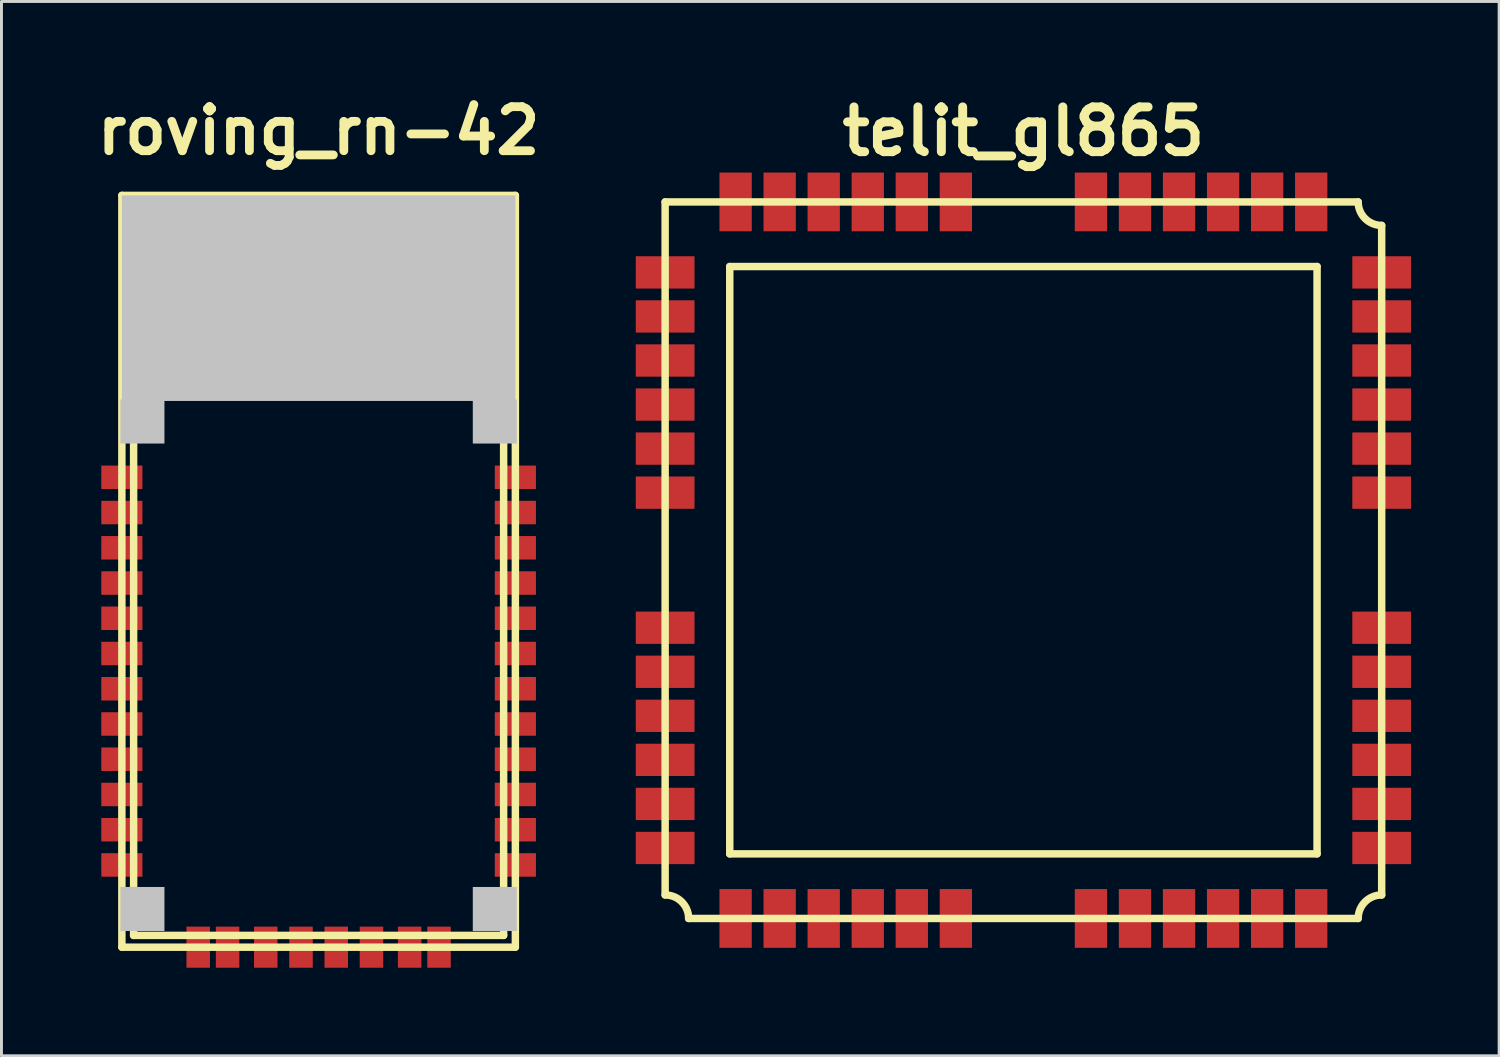
<source format=kicad_pcb>
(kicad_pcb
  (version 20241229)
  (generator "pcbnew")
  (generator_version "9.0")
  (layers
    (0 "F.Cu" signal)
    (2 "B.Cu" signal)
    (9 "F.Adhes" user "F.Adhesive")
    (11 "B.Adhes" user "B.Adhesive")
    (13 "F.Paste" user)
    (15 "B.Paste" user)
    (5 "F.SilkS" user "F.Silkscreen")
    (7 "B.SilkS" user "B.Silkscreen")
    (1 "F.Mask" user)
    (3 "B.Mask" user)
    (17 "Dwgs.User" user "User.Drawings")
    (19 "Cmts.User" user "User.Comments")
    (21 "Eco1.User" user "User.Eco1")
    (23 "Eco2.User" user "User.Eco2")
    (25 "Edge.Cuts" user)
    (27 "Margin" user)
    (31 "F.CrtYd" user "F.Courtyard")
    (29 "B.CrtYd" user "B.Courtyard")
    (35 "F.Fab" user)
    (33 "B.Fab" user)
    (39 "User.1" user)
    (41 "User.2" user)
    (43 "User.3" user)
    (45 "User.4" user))
  (footprint "telit_gl865"
    (layer "F.Cu")
    (at 31.8 16.026)
    (property "Reference" "telit_gl865" (at 0 -14.6 0) (layer "F.SilkS") (effects (font (size 1.524 1.524) (thickness 0.305))))
    (attr through_hole)
    (fp_line (start -12.2 -12.2) (end 11.4 -12.2) (stroke (width 0.254) (type solid)) (layer "F.SilkS"))
    (fp_line (start -12.2 11.4) (end -12.2 -12.2) (stroke (width 0.254) (type solid)) (layer "F.SilkS"))
    (fp_line (start -10 -10) (end 10 -10) (stroke (width 0.254) (type solid)) (layer "F.SilkS"))
    (fp_line (start -10 10) (end -10 -10) (stroke (width 0.254) (type solid)) (layer "F.SilkS"))
    (fp_line (start 10 -10) (end 10 10) (stroke (width 0.254) (type solid)) (layer "F.SilkS"))
    (fp_line (start 10 10) (end -10 10) (stroke (width 0.254) (type solid)) (layer "F.SilkS"))
    (fp_line (start 11.4 12.2) (end -11.4 12.2) (stroke (width 0.254) (type solid)) (layer "F.SilkS"))
    (fp_line (start 12.2 -11.4) (end 12.2 11.4) (stroke (width 0.254) (type solid)) (layer "F.SilkS"))
    (fp_arc (start -12.2 11.4) (mid -11.634315 11.634315) (end -11.4 12.2) (stroke (width 0.254) (type solid)) (layer "F.SilkS"))
    (fp_arc (start 11.4 12.2) (mid 11.634315 11.634315) (end 12.2 11.4) (stroke (width 0.254) (type solid)) (layer "F.SilkS"))
    (fp_arc (start 12.2 -11.4) (mid 11.634315 -11.634315) (end 11.4 -12.2) (stroke (width 0.254) (type solid)) (layer "F.SilkS"))
    (pad "1" smd rect (at -12.2 -9.8) (size 2 1.1) (layers "F.Cu" "F.Mask" "F.Paste"))
    (pad "2" smd rect (at -12.2 -8.3) (size 2 1.1) (layers "F.Cu" "F.Mask" "F.Paste"))
    (pad "3" smd rect (at -12.2 -6.8) (size 2 1.1) (layers "F.Cu" "F.Mask" "F.Paste"))
    (pad "4" smd rect (at -12.2 -5.3) (size 2 1.1) (layers "F.Cu" "F.Mask" "F.Paste"))
    (pad "5" smd rect (at -12.2 -3.8) (size 2 1.1) (layers "F.Cu" "F.Mask" "F.Paste"))
    (pad "6" smd rect (at -12.2 -2.3) (size 2 1.1) (layers "F.Cu" "F.Mask" "F.Paste"))
    (pad "7" smd rect (at -12.2 2.3) (size 2 1.1) (layers "F.Cu" "F.Mask" "F.Paste"))
    (pad "8" smd rect (at -12.2 3.8) (size 2 1.1) (layers "F.Cu" "F.Mask" "F.Paste"))
    (pad "9" smd rect (at -12.2 5.3) (size 2 1.1) (layers "F.Cu" "F.Mask" "F.Paste"))
    (pad "10" smd rect (at -12.2 6.8) (size 2 1.1) (layers "F.Cu" "F.Mask" "F.Paste"))
    (pad "11" smd rect (at -12.2 8.3) (size 2 1.1) (layers "F.Cu" "F.Mask" "F.Paste"))
    (pad "12" smd rect (at -12.2 9.8) (size 2 1.1) (layers "F.Cu" "F.Mask" "F.Paste"))
    (pad "13" smd rect (at -9.8 12.2) (size 1.1 2) (layers "F.Cu" "F.Mask" "F.Paste"))
    (pad "14" smd rect (at -8.3 12.2) (size 1.1 2) (layers "F.Cu" "F.Mask" "F.Paste"))
    (pad "15" smd rect (at -6.8 12.2) (size 1.1 2) (layers "F.Cu" "F.Mask" "F.Paste"))
    (pad "16" smd rect (at -5.3 12.2) (size 1.1 2) (layers "F.Cu" "F.Mask" "F.Paste"))
    (pad "17" smd rect (at -3.8 12.2) (size 1.1 2) (layers "F.Cu" "F.Mask" "F.Paste"))
    (pad "18" smd rect (at -2.3 12.2) (size 1.1 2) (layers "F.Cu" "F.Mask" "F.Paste"))
    (pad "19" smd rect (at 2.3 12.2) (size 1.1 2) (layers "F.Cu" "F.Mask" "F.Paste"))
    (pad "20" smd rect (at 3.8 12.2) (size 1.1 2) (layers "F.Cu" "F.Mask" "F.Paste"))
    (pad "21" smd rect (at 5.3 12.2) (size 1.1 2) (layers "F.Cu" "F.Mask" "F.Paste"))
    (pad "22" smd rect (at 6.8 12.2) (size 1.1 2) (layers "F.Cu" "F.Mask" "F.Paste"))
    (pad "23" smd rect (at 8.3 12.2) (size 1.1 2) (layers "F.Cu" "F.Mask" "F.Paste"))
    (pad "24" smd rect (at 9.8 12.2) (size 1.1 2) (layers "F.Cu" "F.Mask" "F.Paste"))
    (pad "25" smd rect (at 12.2 9.8) (size 2 1.1) (layers "F.Cu" "F.Mask" "F.Paste"))
    (pad "26" smd rect (at 12.2 8.3) (size 2 1.1) (layers "F.Cu" "F.Mask" "F.Paste"))
    (pad "27" smd rect (at 12.2 6.8) (size 2 1.1) (layers "F.Cu" "F.Mask" "F.Paste"))
    (pad "28" smd rect (at 12.2 5.3) (size 2 1.1) (layers "F.Cu" "F.Mask" "F.Paste"))
    (pad "29" smd rect (at 12.2 3.8) (size 2 1.1) (layers "F.Cu" "F.Mask" "F.Paste"))
    (pad "30" smd rect (at 12.2 2.3) (size 2 1.1) (layers "F.Cu" "F.Mask" "F.Paste"))
    (pad "31" smd rect (at 12.2 -2.3) (size 2 1.1) (layers "F.Cu" "F.Mask" "F.Paste"))
    (pad "32" smd rect (at 12.2 -3.8) (size 2 1.1) (layers "F.Cu" "F.Mask" "F.Paste"))
    (pad "33" smd rect (at 12.2 -5.3) (size 2 1.1) (layers "F.Cu" "F.Mask" "F.Paste"))
    (pad "34" smd rect (at 12.2 -6.8) (size 2 1.1) (layers "F.Cu" "F.Mask" "F.Paste"))
    (pad "35" smd rect (at 12.2 -8.3) (size 2 1.1) (layers "F.Cu" "F.Mask" "F.Paste"))
    (pad "36" smd rect (at 12.2 -9.8) (size 2 1.1) (layers "F.Cu" "F.Mask" "F.Paste"))
    (pad "37" smd rect (at 9.8 -12.2) (size 1.1 2) (layers "F.Cu" "F.Mask" "F.Paste"))
    (pad "38" smd rect (at 8.3 -12.2) (size 1.1 2) (layers "F.Cu" "F.Mask" "F.Paste"))
    (pad "39" smd rect (at 6.8 -12.2) (size 1.1 2) (layers "F.Cu" "F.Mask" "F.Paste"))
    (pad "40" smd rect (at 5.3 -12.2) (size 1.1 2) (layers "F.Cu" "F.Mask" "F.Paste"))
    (pad "41" smd rect (at 3.8 -12.2) (size 1.1 2) (layers "F.Cu" "F.Mask" "F.Paste"))
    (pad "42" smd rect (at 2.3 -12.2) (size 1.1 2) (layers "F.Cu" "F.Mask" "F.Paste"))
    (pad "43" smd rect (at -2.3 -12.2) (size 1.1 2) (layers "F.Cu" "F.Mask" "F.Paste"))
    (pad "44" smd rect (at -3.8 -12.2) (size 1.1 2) (layers "F.Cu" "F.Mask" "F.Paste"))
    (pad "45" smd rect (at -5.3 -12.2) (size 1.1 2) (layers "F.Cu" "F.Mask" "F.Paste"))
    (pad "46" smd rect (at -6.8 -12.2) (size 1.1 2) (layers "F.Cu" "F.Mask" "F.Paste"))
    (pad "47" smd rect (at -8.3 -12.2) (size 1.1 2) (layers "F.Cu" "F.Mask" "F.Paste"))
    (pad "48" smd rect (at -9.8 -12.2) (size 1.1 2) (layers "F.Cu" "F.Mask" "F.Paste")))
  (footprint "roving_rn-42"
    (layer "F.Cu")
    (at 7.8 16.404)
    (property "Reference" "roving_rn-42" (at 0 -15 0) (layer "F.SilkS") (effects (font (size 1.5 1.5) (thickness 0.3))))
    (attr through_hole)
    (fp_line (start -6.7 -12.8) (end -6.7 12.8) (stroke (width 0.254) (type solid)) (layer "F.SilkS"))
    (fp_line (start -6.7 -12.8) (end 6.7 -12.8) (stroke (width 0.254) (type solid)) (layer "F.SilkS"))
    (fp_line (start -6.7 12.8) (end 6.7 12.8) (stroke (width 0.254) (type solid)) (layer "F.SilkS"))
    (fp_line (start -6.3 -6) (end -6.3 12.4) (stroke (width 0.254) (type solid)) (layer "F.SilkS"))
    (fp_line (start -6.3 -6) (end 6.3 -6) (stroke (width 0.254) (type solid)) (layer "F.SilkS"))
    (fp_line (start -6.3 12.4) (end 6.3 12.4) (stroke (width 0.254) (type solid)) (layer "F.SilkS"))
    (fp_line (start -4 -12) (end -6 -12) (stroke (width 0.254) (type solid)) (layer "F.SilkS"))
    (fp_line (start -4 -12) (end -4 -7.8) (stroke (width 0.254) (type solid)) (layer "F.SilkS"))
    (fp_line (start -2.9 -12) (end -2.9 -7.8) (stroke (width 0.254) (type solid)) (layer "F.SilkS"))
    (fp_line (start -2.9 -7.8) (end -4 -7.8) (stroke (width 0.254) (type solid)) (layer "F.SilkS"))
    (fp_line (start -1.8 -12) (end -2.9 -12) (stroke (width 0.254) (type solid)) (layer "F.SilkS"))
    (fp_line (start -1.8 -12) (end -1.8 -7.8) (stroke (width 0.254) (type solid)) (layer "F.SilkS"))
    (fp_line (start -0.7 -12) (end -0.7 -7.8) (stroke (width 0.254) (type solid)) (layer "F.SilkS"))
    (fp_line (start -0.7 -7.8) (end -1.8 -7.8) (stroke (width 0.254) (type solid)) (layer "F.SilkS"))
    (fp_line (start 0.4 -12) (end -0.7 -12) (stroke (width 0.254) (type solid)) (layer "F.SilkS"))
    (fp_line (start 0.4 -12) (end 0.4 -7.8) (stroke (width 0.254) (type solid)) (layer "F.SilkS"))
    (fp_line (start 1.5 -12) (end 1.5 -7.8) (stroke (width 0.254) (type solid)) (layer "F.SilkS"))
    (fp_line (start 1.5 -7.8) (end 0.4 -7.8) (stroke (width 0.254) (type solid)) (layer "F.SilkS"))
    (fp_line (start 2.6 -12) (end 1.5 -12) (stroke (width 0.254) (type solid)) (layer "F.SilkS"))
    (fp_line (start 2.6 -12) (end 2.6 -7.8) (stroke (width 0.254) (type solid)) (layer "F.SilkS"))
    (fp_line (start 3.7 -12) (end 3.7 -7.8) (stroke (width 0.254) (type solid)) (layer "F.SilkS"))
    (fp_line (start 3.7 -7.8) (end 2.6 -7.8) (stroke (width 0.254) (type solid)) (layer "F.SilkS"))
    (fp_line (start 4.8 -12) (end 3.7 -12) (stroke (width 0.254) (type solid)) (layer "F.SilkS"))
    (fp_line (start 4.8 -6) (end 4.8 -12) (stroke (width 0.254) (type solid)) (layer "F.SilkS"))
    (fp_line (start 6.3 -6) (end 6.3 12.4) (stroke (width 0.254) (type solid)) (layer "F.SilkS"))
    (fp_line (start 6.7 -12.8) (end 6.7 12.8) (stroke (width 0.254) (type solid)) (layer "F.SilkS"))
    (pad "" smd rect (at -6 -5.1) (size 1.5 1.5) (layers "Dwgs.User"))
    (pad "" smd rect (at -6 11.5) (size 1.5 1.5) (layers "Dwgs.User"))
    (pad "" smd rect (at 0 -9.3) (size 13.4 7) (layers "Dwgs.User"))
    (pad "" smd rect (at 6 -5.1) (size 1.5 1.5) (layers "Dwgs.User"))
    (pad "" smd rect (at 6 11.5) (size 1.5 1.5) (layers "Dwgs.User"))
    (pad "1" smd rect (at -6.7 -3.2) (size 1.4 0.8) (layers "F.Cu" "F.Mask" "F.Paste"))
    (pad "2" smd rect (at -6.7 -2) (size 1.4 0.8) (layers "F.Cu" "F.Mask" "F.Paste"))
    (pad "3" smd rect (at -6.7 -0.8) (size 1.4 0.8) (layers "F.Cu" "F.Mask" "F.Paste"))
    (pad "4" smd rect (at -6.7 0.4) (size 1.4 0.8) (layers "F.Cu" "F.Mask" "F.Paste"))
    (pad "5" smd rect (at -6.7 1.6) (size 1.4 0.8) (layers "F.Cu" "F.Mask" "F.Paste"))
    (pad "6" smd rect (at -6.7 2.8) (size 1.4 0.8) (layers "F.Cu" "F.Mask" "F.Paste"))
    (pad "7" smd rect (at -6.7 4) (size 1.4 0.8) (layers "F.Cu" "F.Mask" "F.Paste"))
    (pad "8" smd rect (at -6.7 5.2) (size 1.4 0.8) (layers "F.Cu" "F.Mask" "F.Paste"))
    (pad "9" smd rect (at -6.7 6.4) (size 1.4 0.8) (layers "F.Cu" "F.Mask" "F.Paste"))
    (pad "10" smd rect (at -6.7 7.6) (size 1.4 0.8) (layers "F.Cu" "F.Mask" "F.Paste"))
    (pad "11" smd rect (at -6.7 8.8) (size 1.4 0.8) (layers "F.Cu" "F.Mask" "F.Paste"))
    (pad "12" smd rect (at -6.7 10) (size 1.4 0.8) (layers "F.Cu" "F.Mask" "F.Paste"))
    (pad "13" smd rect (at 6.7 10) (size 1.4 0.8) (layers "F.Cu" "F.Mask" "F.Paste"))
    (pad "14" smd rect (at 6.7 8.8) (size 1.4 0.8) (layers "F.Cu" "F.Mask" "F.Paste"))
    (pad "15" smd rect (at 6.7 7.6) (size 1.4 0.8) (layers "F.Cu" "F.Mask" "F.Paste"))
    (pad "16" smd rect (at 6.7 6.4) (size 1.4 0.8) (layers "F.Cu" "F.Mask" "F.Paste"))
    (pad "17" smd rect (at 6.7 5.2) (size 1.4 0.8) (layers "F.Cu" "F.Mask" "F.Paste"))
    (pad "18" smd rect (at 6.7 4) (size 1.4 0.8) (layers "F.Cu" "F.Mask" "F.Paste"))
    (pad "19" smd rect (at 6.7 2.8) (size 1.4 0.8) (layers "F.Cu" "F.Mask" "F.Paste"))
    (pad "20" smd rect (at 6.7 1.6) (size 1.4 0.8) (layers "F.Cu" "F.Mask" "F.Paste"))
    (pad "21" smd rect (at 6.7 0.4) (size 1.4 0.8) (layers "F.Cu" "F.Mask" "F.Paste"))
    (pad "22" smd rect (at 6.7 -0.8) (size 1.4 0.8) (layers "F.Cu" "F.Mask" "F.Paste"))
    (pad "23" smd rect (at 6.7 -2) (size 1.4 0.8) (layers "F.Cu" "F.Mask" "F.Paste"))
    (pad "24" smd rect (at 6.7 -3.2) (size 1.4 0.8) (layers "F.Cu" "F.Mask" "F.Paste"))
    (pad "28" smd rect (at 3.1 12.8) (size 0.8 1.4) (layers "F.Cu" "F.Mask" "F.Paste"))
    (pad "29" smd rect (at -3.1 12.8) (size 0.8 1.4) (layers "F.Cu" "F.Mask" "F.Paste"))
    (pad "30" smd rect (at 4.1 12.8) (size 0.8 1.4) (layers "F.Cu" "F.Mask" "F.Paste"))
    (pad "31" smd rect (at 1.8 12.8) (size 0.8 1.4) (layers "F.Cu" "F.Mask" "F.Paste"))
    (pad "32" smd rect (at 0.6 12.8) (size 0.8 1.4) (layers "F.Cu" "F.Mask" "F.Paste"))
    (pad "33" smd rect (at -0.6 12.8) (size 0.8 1.4) (layers "F.Cu" "F.Mask" "F.Paste"))
    (pad "34" smd rect (at -1.8 12.8) (size 0.8 1.4) (layers "F.Cu" "F.Mask" "F.Paste"))
    (pad "35" smd rect (at -4.1 12.8) (size 0.8 1.4) (layers "F.Cu" "F.Mask" "F.Paste")))
  (gr_rect
    (start -3 -3)
    (end 48 32.904)
    (stroke (width 0.1) (type default))
    (fill no)
    (layer "Edge.Cuts")))
</source>
